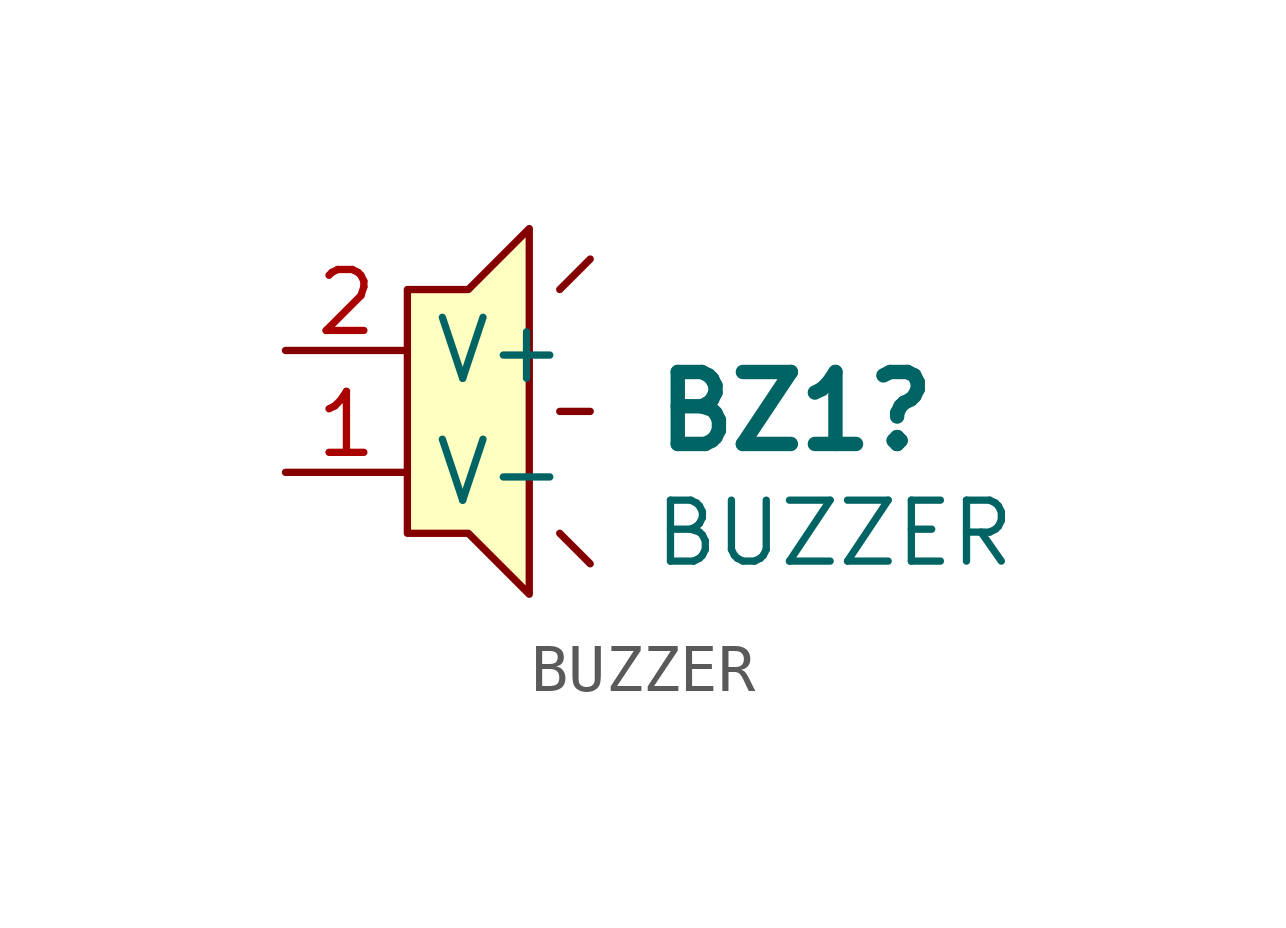
<source format=kicad_sym>
(kicad_symbol_lib
  (version 20231120)
  (generator "kicad_symbol_editor")
  (generator_version "8.0")
  (symbol "BUZZER"
    (property "Reference" "BZ1"
      (at 7.62 -3.81 0)
      (effects (font (size 1.5 1.5) (bold yes)) (justify left)))
    (property "Value" "BUZZER"
      (at 7.62 -6.35 0)
      (effects (font (size 1.27 1.27)) (justify left)))
    (symbol "BUZZER_0_1"
      (polyline (pts (xy 5.715 -6.35) (xy 6.35 -6.985)) (stroke (width 0) (type default)) (fill (type none)))
      (polyline (pts (xy 5.715 -3.81) (xy 6.35 -3.81)) (stroke (width 0) (type default)) (fill (type none)))
      (polyline (pts (xy 6.35 -0.635) (xy 5.715 -1.27)) (stroke (width 0) (type default)) (fill (type none))))
    (symbol "BUZZER_1_1"
      (polyline (pts (xy 2.54 -1.27) (xy 2.54 -6.35) (xy 3.81 -6.35) (xy 5.08 -7.62) (xy 5.08 0) (xy 3.81 -1.27) (xy 2.54 -1.27)) (stroke (width 0) (type default)) (fill (type background)))
      (pin passive line (at 0 -5.08 0) (length 2.54) (name "V-" (effects (font (size 1.27 1.27)))) (number "1" (effects (font (size 1.27 1.27)))))
      (pin passive line (at 0 -2.54 0) (length 2.54) (name "V+" (effects (font (size 1.27 1.27)))) (number "2" (effects (font (size 1.27 1.27))))))))
</source>
